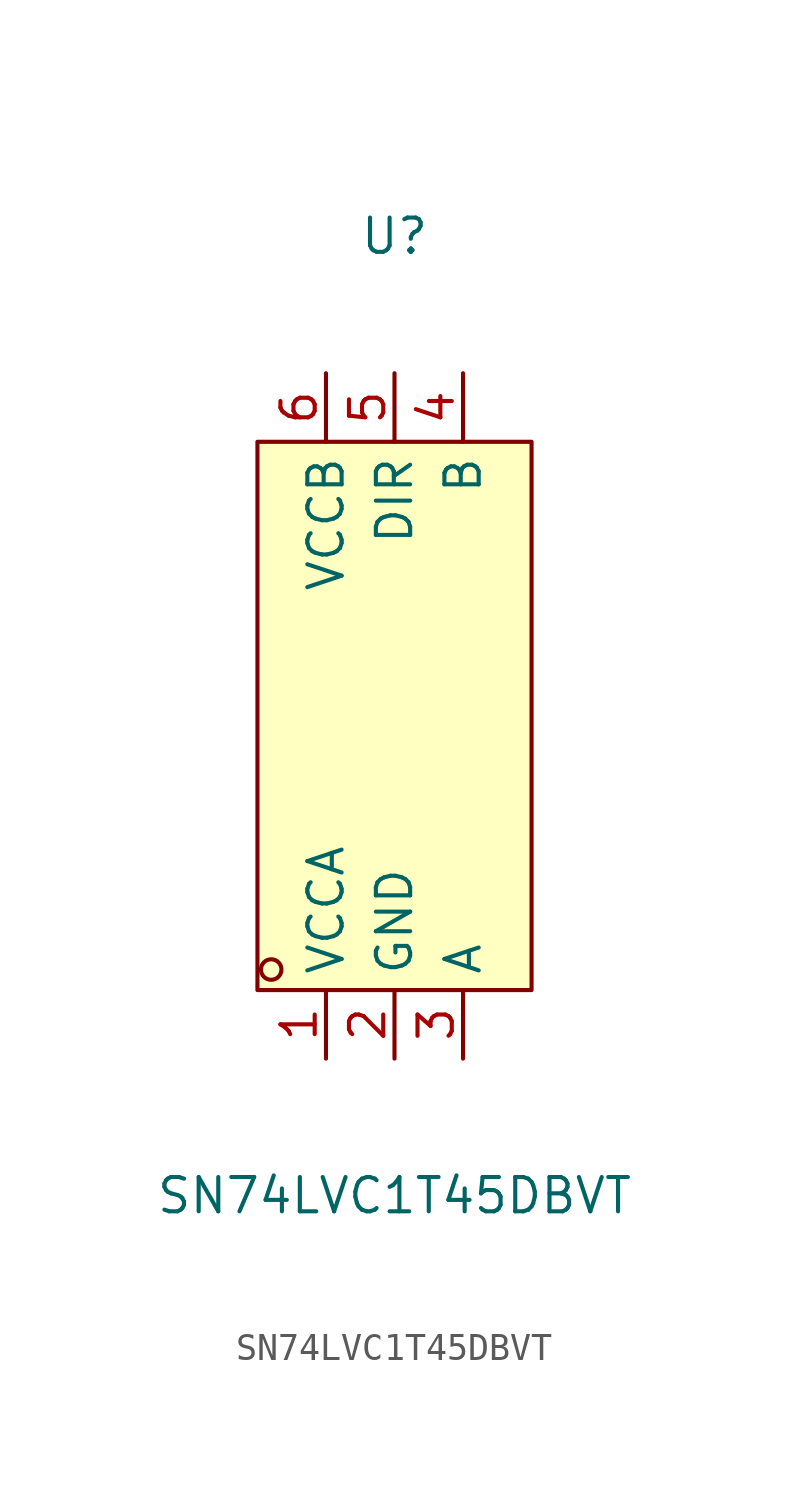
<source format=kicad_sym>
(kicad_symbol_lib
  (version 20211014)
  (generator https://github.com/uPesy/easyeda2kicad.py)
  (symbol "SN74LVC1T45DBVT"
    (property "Reference" "U"
      (at 0 17.78 0)
      (effects (font (size 1.27 1.27))))
    (property "Value" "SN74LVC1T45DBVT"
      (at 0 -17.78 0)
      (effects (font (size 1.27 1.27))))
    (symbol "SN74LVC1T45DBVT_0_1"
      (rectangle (start -5.08 10.16) (end 5.08 -10.16) (stroke (width 0) (type default) (color 0 0 0 0)) (fill (type background)))
      (circle (center -4.57 -9.40) (radius 0.38) (stroke (width 0) (type default) (color 0 0 0 0)) (fill (type none)))
      (pin unspecified line (at -2.54 -12.70 90) (length 2.54) (name "VCCA" (effects (font (size 1.27 1.27)))) (number "1" (effects (font (size 1.27 1.27)))))
      (pin unspecified line (at 0.00 -12.70 90) (length 2.54) (name "GND" (effects (font (size 1.27 1.27)))) (number "2" (effects (font (size 1.27 1.27)))))
      (pin unspecified line (at 2.54 -12.70 90) (length 2.54) (name "A" (effects (font (size 1.27 1.27)))) (number "3" (effects (font (size 1.27 1.27)))))
      (pin unspecified line (at 2.54 12.70 270) (length 2.54) (name "B" (effects (font (size 1.27 1.27)))) (number "4" (effects (font (size 1.27 1.27)))))
      (pin unspecified line (at 0.00 12.70 270) (length 2.54) (name "DIR" (effects (font (size 1.27 1.27)))) (number "5" (effects (font (size 1.27 1.27)))))
      (pin unspecified line (at -2.54 12.70 270) (length 2.54) (name "VCCB" (effects (font (size 1.27 1.27)))) (number "6" (effects (font (size 1.27 1.27))))))))
</source>
